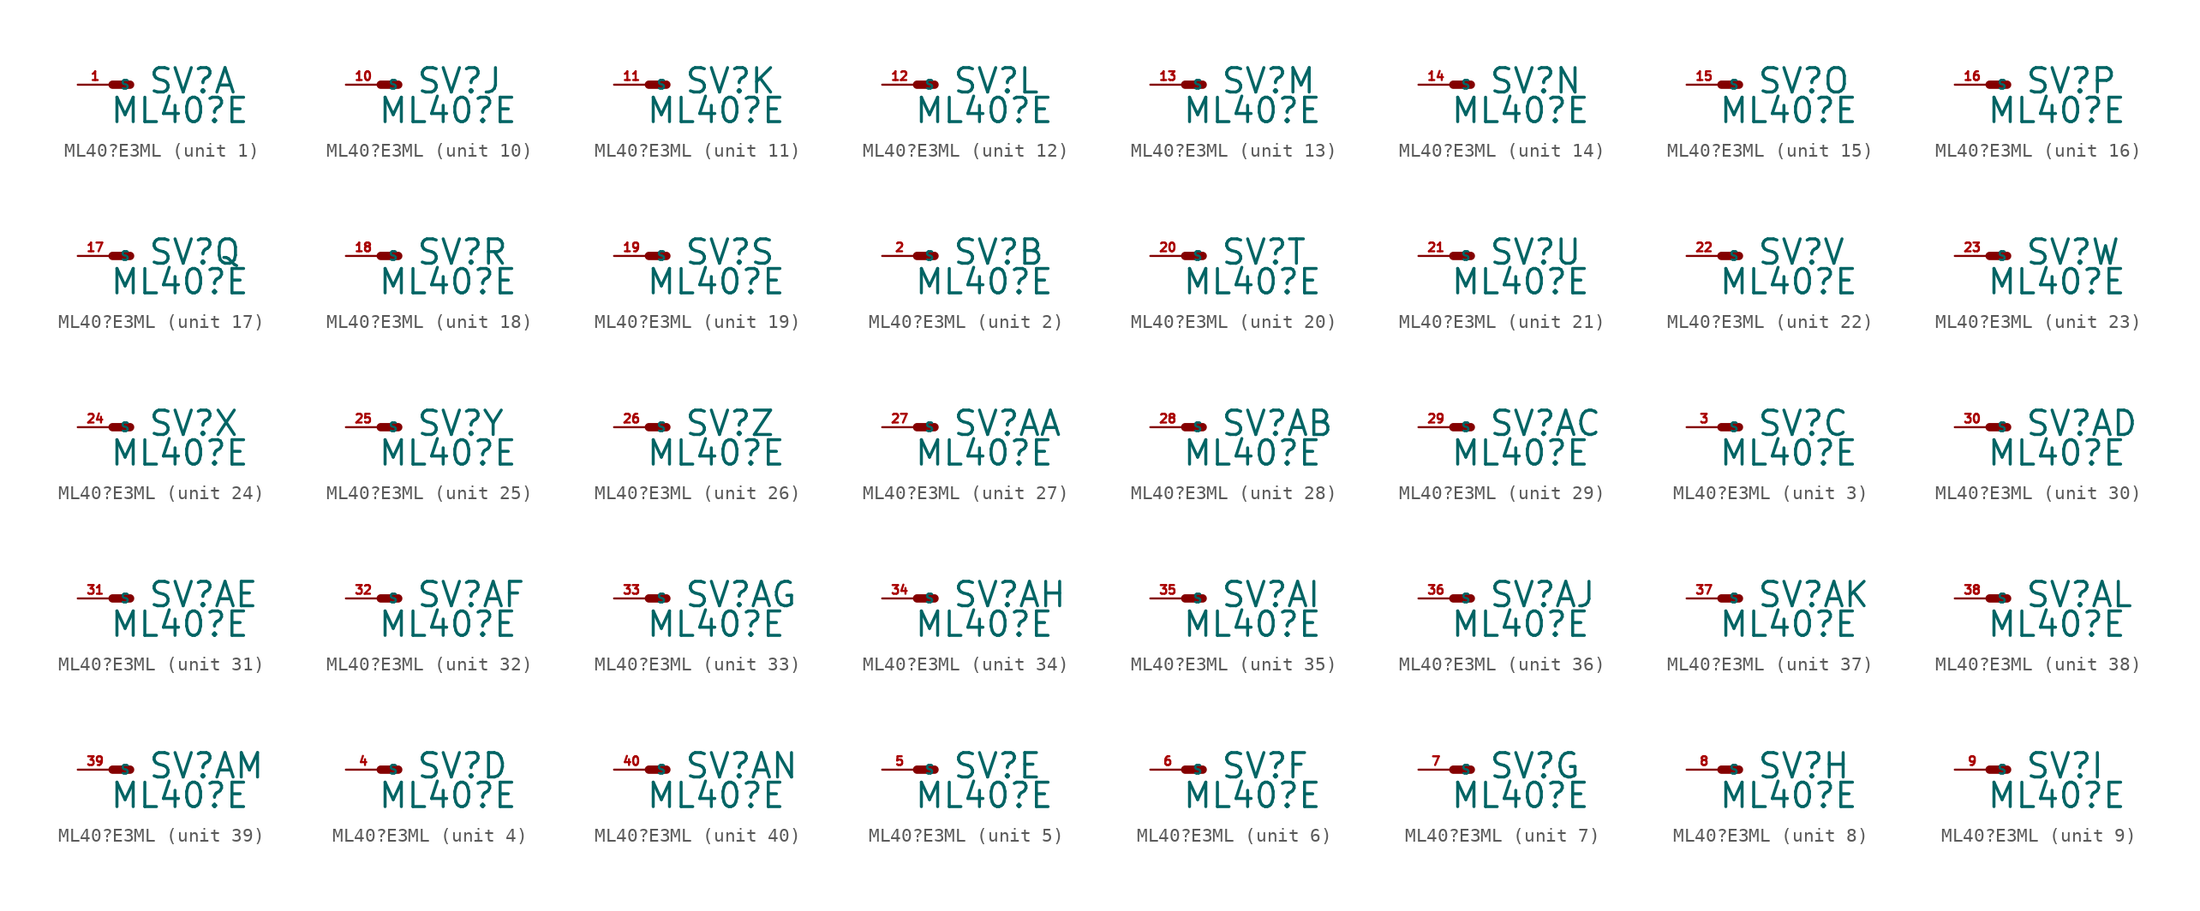
<source format=kicad_sym>
(kicad_symbol_lib
  (version 20220914)
  (generator Eagle2Kicad)
  (symbol "ML40?E3ML"
    (property "Reference" "SV"
      (at 2.54 -0.762 0)
      (effects (font (size 1.778 1.778) (thickness 0.22)) (justify left bottom)))
    (property "Value" "ML40?E"
      (at -0.254 -2.921 0)
      (effects (font (size 1.778 1.778) (thickness 0.22)) (justify left bottom)))
    (symbol "ML40?E3ML_1_0"
      (polyline (pts (xy 1.27 0) (xy 0 0)) (stroke (width 0.61) (type default)) (fill (type none)))
      (pin passive line (at -2.54 0 0) (length 2.54) (name "S" (effects (font (size 0.635 0.635) (thickness 0.08)) (justify left bottom))) (number "1" (effects (font (size 0.635 0.635) (thickness 0.08)) (justify left bottom)))))
    (symbol "ML40?E3ML_2_0"
      (polyline (pts (xy 1.27 0) (xy 0 0)) (stroke (width 0.61) (type default)) (fill (type none)))
      (pin passive line (at -2.54 0 0) (length 2.54) (name "S" (effects (font (size 0.635 0.635) (thickness 0.08)) (justify left bottom))) (number "2" (effects (font (size 0.635 0.635) (thickness 0.08)) (justify left bottom)))))
    (symbol "ML40?E3ML_3_0"
      (polyline (pts (xy 1.27 0) (xy 0 0)) (stroke (width 0.61) (type default)) (fill (type none)))
      (pin passive line (at -2.54 0 0) (length 2.54) (name "S" (effects (font (size 0.635 0.635) (thickness 0.08)) (justify left bottom))) (number "3" (effects (font (size 0.635 0.635) (thickness 0.08)) (justify left bottom)))))
    (symbol "ML40?E3ML_4_0"
      (polyline (pts (xy 1.27 0) (xy 0 0)) (stroke (width 0.61) (type default)) (fill (type none)))
      (pin passive line (at -2.54 0 0) (length 2.54) (name "S" (effects (font (size 0.635 0.635) (thickness 0.08)) (justify left bottom))) (number "4" (effects (font (size 0.635 0.635) (thickness 0.08)) (justify left bottom)))))
    (symbol "ML40?E3ML_5_0"
      (polyline (pts (xy 1.27 0) (xy 0 0)) (stroke (width 0.61) (type default)) (fill (type none)))
      (pin passive line (at -2.54 0 0) (length 2.54) (name "S" (effects (font (size 0.635 0.635) (thickness 0.08)) (justify left bottom))) (number "5" (effects (font (size 0.635 0.635) (thickness 0.08)) (justify left bottom)))))
    (symbol "ML40?E3ML_6_0"
      (polyline (pts (xy 1.27 0) (xy 0 0)) (stroke (width 0.61) (type default)) (fill (type none)))
      (pin passive line (at -2.54 0 0) (length 2.54) (name "S" (effects (font (size 0.635 0.635) (thickness 0.08)) (justify left bottom))) (number "6" (effects (font (size 0.635 0.635) (thickness 0.08)) (justify left bottom)))))
    (symbol "ML40?E3ML_7_0"
      (polyline (pts (xy 1.27 0) (xy 0 0)) (stroke (width 0.61) (type default)) (fill (type none)))
      (pin passive line (at -2.54 0 0) (length 2.54) (name "S" (effects (font (size 0.635 0.635) (thickness 0.08)) (justify left bottom))) (number "7" (effects (font (size 0.635 0.635) (thickness 0.08)) (justify left bottom)))))
    (symbol "ML40?E3ML_8_0"
      (polyline (pts (xy 1.27 0) (xy 0 0)) (stroke (width 0.61) (type default)) (fill (type none)))
      (pin passive line (at -2.54 0 0) (length 2.54) (name "S" (effects (font (size 0.635 0.635) (thickness 0.08)) (justify left bottom))) (number "8" (effects (font (size 0.635 0.635) (thickness 0.08)) (justify left bottom)))))
    (symbol "ML40?E3ML_9_0"
      (polyline (pts (xy 1.27 0) (xy 0 0)) (stroke (width 0.61) (type default)) (fill (type none)))
      (pin passive line (at -2.54 0 0) (length 2.54) (name "S" (effects (font (size 0.635 0.635) (thickness 0.08)) (justify left bottom))) (number "9" (effects (font (size 0.635 0.635) (thickness 0.08)) (justify left bottom)))))
    (symbol "ML40?E3ML_10_0"
      (polyline (pts (xy 1.27 0) (xy 0 0)) (stroke (width 0.61) (type default)) (fill (type none)))
      (pin passive line (at -2.54 0 0) (length 2.54) (name "S" (effects (font (size 0.635 0.635) (thickness 0.08)) (justify left bottom))) (number "10" (effects (font (size 0.635 0.635) (thickness 0.08)) (justify left bottom)))))
    (symbol "ML40?E3ML_11_0"
      (polyline (pts (xy 1.27 0) (xy 0 0)) (stroke (width 0.61) (type default)) (fill (type none)))
      (pin passive line (at -2.54 0 0) (length 2.54) (name "S" (effects (font (size 0.635 0.635) (thickness 0.08)) (justify left bottom))) (number "11" (effects (font (size 0.635 0.635) (thickness 0.08)) (justify left bottom)))))
    (symbol "ML40?E3ML_12_0"
      (polyline (pts (xy 1.27 0) (xy 0 0)) (stroke (width 0.61) (type default)) (fill (type none)))
      (pin passive line (at -2.54 0 0) (length 2.54) (name "S" (effects (font (size 0.635 0.635) (thickness 0.08)) (justify left bottom))) (number "12" (effects (font (size 0.635 0.635) (thickness 0.08)) (justify left bottom)))))
    (symbol "ML40?E3ML_13_0"
      (polyline (pts (xy 1.27 0) (xy 0 0)) (stroke (width 0.61) (type default)) (fill (type none)))
      (pin passive line (at -2.54 0 0) (length 2.54) (name "S" (effects (font (size 0.635 0.635) (thickness 0.08)) (justify left bottom))) (number "13" (effects (font (size 0.635 0.635) (thickness 0.08)) (justify left bottom)))))
    (symbol "ML40?E3ML_14_0"
      (polyline (pts (xy 1.27 0) (xy 0 0)) (stroke (width 0.61) (type default)) (fill (type none)))
      (pin passive line (at -2.54 0 0) (length 2.54) (name "S" (effects (font (size 0.635 0.635) (thickness 0.08)) (justify left bottom))) (number "14" (effects (font (size 0.635 0.635) (thickness 0.08)) (justify left bottom)))))
    (symbol "ML40?E3ML_15_0"
      (polyline (pts (xy 1.27 0) (xy 0 0)) (stroke (width 0.61) (type default)) (fill (type none)))
      (pin passive line (at -2.54 0 0) (length 2.54) (name "S" (effects (font (size 0.635 0.635) (thickness 0.08)) (justify left bottom))) (number "15" (effects (font (size 0.635 0.635) (thickness 0.08)) (justify left bottom)))))
    (symbol "ML40?E3ML_16_0"
      (polyline (pts (xy 1.27 0) (xy 0 0)) (stroke (width 0.61) (type default)) (fill (type none)))
      (pin passive line (at -2.54 0 0) (length 2.54) (name "S" (effects (font (size 0.635 0.635) (thickness 0.08)) (justify left bottom))) (number "16" (effects (font (size 0.635 0.635) (thickness 0.08)) (justify left bottom)))))
    (symbol "ML40?E3ML_17_0"
      (polyline (pts (xy 1.27 0) (xy 0 0)) (stroke (width 0.61) (type default)) (fill (type none)))
      (pin passive line (at -2.54 0 0) (length 2.54) (name "S" (effects (font (size 0.635 0.635) (thickness 0.08)) (justify left bottom))) (number "17" (effects (font (size 0.635 0.635) (thickness 0.08)) (justify left bottom)))))
    (symbol "ML40?E3ML_18_0"
      (polyline (pts (xy 1.27 0) (xy 0 0)) (stroke (width 0.61) (type default)) (fill (type none)))
      (pin passive line (at -2.54 0 0) (length 2.54) (name "S" (effects (font (size 0.635 0.635) (thickness 0.08)) (justify left bottom))) (number "18" (effects (font (size 0.635 0.635) (thickness 0.08)) (justify left bottom)))))
    (symbol "ML40?E3ML_19_0"
      (polyline (pts (xy 1.27 0) (xy 0 0)) (stroke (width 0.61) (type default)) (fill (type none)))
      (pin passive line (at -2.54 0 0) (length 2.54) (name "S" (effects (font (size 0.635 0.635) (thickness 0.08)) (justify left bottom))) (number "19" (effects (font (size 0.635 0.635) (thickness 0.08)) (justify left bottom)))))
    (symbol "ML40?E3ML_20_0"
      (polyline (pts (xy 1.27 0) (xy 0 0)) (stroke (width 0.61) (type default)) (fill (type none)))
      (pin passive line (at -2.54 0 0) (length 2.54) (name "S" (effects (font (size 0.635 0.635) (thickness 0.08)) (justify left bottom))) (number "20" (effects (font (size 0.635 0.635) (thickness 0.08)) (justify left bottom)))))
    (symbol "ML40?E3ML_21_0"
      (polyline (pts (xy 1.27 0) (xy 0 0)) (stroke (width 0.61) (type default)) (fill (type none)))
      (pin passive line (at -2.54 0 0) (length 2.54) (name "S" (effects (font (size 0.635 0.635) (thickness 0.08)) (justify left bottom))) (number "21" (effects (font (size 0.635 0.635) (thickness 0.08)) (justify left bottom)))))
    (symbol "ML40?E3ML_22_0"
      (polyline (pts (xy 1.27 0) (xy 0 0)) (stroke (width 0.61) (type default)) (fill (type none)))
      (pin passive line (at -2.54 0 0) (length 2.54) (name "S" (effects (font (size 0.635 0.635) (thickness 0.08)) (justify left bottom))) (number "22" (effects (font (size 0.635 0.635) (thickness 0.08)) (justify left bottom)))))
    (symbol "ML40?E3ML_23_0"
      (polyline (pts (xy 1.27 0) (xy 0 0)) (stroke (width 0.61) (type default)) (fill (type none)))
      (pin passive line (at -2.54 0 0) (length 2.54) (name "S" (effects (font (size 0.635 0.635) (thickness 0.08)) (justify left bottom))) (number "23" (effects (font (size 0.635 0.635) (thickness 0.08)) (justify left bottom)))))
    (symbol "ML40?E3ML_24_0"
      (polyline (pts (xy 1.27 0) (xy 0 0)) (stroke (width 0.61) (type default)) (fill (type none)))
      (pin passive line (at -2.54 0 0) (length 2.54) (name "S" (effects (font (size 0.635 0.635) (thickness 0.08)) (justify left bottom))) (number "24" (effects (font (size 0.635 0.635) (thickness 0.08)) (justify left bottom)))))
    (symbol "ML40?E3ML_25_0"
      (polyline (pts (xy 1.27 0) (xy 0 0)) (stroke (width 0.61) (type default)) (fill (type none)))
      (pin passive line (at -2.54 0 0) (length 2.54) (name "S" (effects (font (size 0.635 0.635) (thickness 0.08)) (justify left bottom))) (number "25" (effects (font (size 0.635 0.635) (thickness 0.08)) (justify left bottom)))))
    (symbol "ML40?E3ML_26_0"
      (polyline (pts (xy 1.27 0) (xy 0 0)) (stroke (width 0.61) (type default)) (fill (type none)))
      (pin passive line (at -2.54 0 0) (length 2.54) (name "S" (effects (font (size 0.635 0.635) (thickness 0.08)) (justify left bottom))) (number "26" (effects (font (size 0.635 0.635) (thickness 0.08)) (justify left bottom)))))
    (symbol "ML40?E3ML_27_0"
      (polyline (pts (xy 1.27 0) (xy 0 0)) (stroke (width 0.61) (type default)) (fill (type none)))
      (pin passive line (at -2.54 0 0) (length 2.54) (name "S" (effects (font (size 0.635 0.635) (thickness 0.08)) (justify left bottom))) (number "27" (effects (font (size 0.635 0.635) (thickness 0.08)) (justify left bottom)))))
    (symbol "ML40?E3ML_28_0"
      (polyline (pts (xy 1.27 0) (xy 0 0)) (stroke (width 0.61) (type default)) (fill (type none)))
      (pin passive line (at -2.54 0 0) (length 2.54) (name "S" (effects (font (size 0.635 0.635) (thickness 0.08)) (justify left bottom))) (number "28" (effects (font (size 0.635 0.635) (thickness 0.08)) (justify left bottom)))))
    (symbol "ML40?E3ML_29_0"
      (polyline (pts (xy 1.27 0) (xy 0 0)) (stroke (width 0.61) (type default)) (fill (type none)))
      (pin passive line (at -2.54 0 0) (length 2.54) (name "S" (effects (font (size 0.635 0.635) (thickness 0.08)) (justify left bottom))) (number "29" (effects (font (size 0.635 0.635) (thickness 0.08)) (justify left bottom)))))
    (symbol "ML40?E3ML_30_0"
      (polyline (pts (xy 1.27 0) (xy 0 0)) (stroke (width 0.61) (type default)) (fill (type none)))
      (pin passive line (at -2.54 0 0) (length 2.54) (name "S" (effects (font (size 0.635 0.635) (thickness 0.08)) (justify left bottom))) (number "30" (effects (font (size 0.635 0.635) (thickness 0.08)) (justify left bottom)))))
    (symbol "ML40?E3ML_31_0"
      (polyline (pts (xy 1.27 0) (xy 0 0)) (stroke (width 0.61) (type default)) (fill (type none)))
      (pin passive line (at -2.54 0 0) (length 2.54) (name "S" (effects (font (size 0.635 0.635) (thickness 0.08)) (justify left bottom))) (number "31" (effects (font (size 0.635 0.635) (thickness 0.08)) (justify left bottom)))))
    (symbol "ML40?E3ML_32_0"
      (polyline (pts (xy 1.27 0) (xy 0 0)) (stroke (width 0.61) (type default)) (fill (type none)))
      (pin passive line (at -2.54 0 0) (length 2.54) (name "S" (effects (font (size 0.635 0.635) (thickness 0.08)) (justify left bottom))) (number "32" (effects (font (size 0.635 0.635) (thickness 0.08)) (justify left bottom)))))
    (symbol "ML40?E3ML_33_0"
      (polyline (pts (xy 1.27 0) (xy 0 0)) (stroke (width 0.61) (type default)) (fill (type none)))
      (pin passive line (at -2.54 0 0) (length 2.54) (name "S" (effects (font (size 0.635 0.635) (thickness 0.08)) (justify left bottom))) (number "33" (effects (font (size 0.635 0.635) (thickness 0.08)) (justify left bottom)))))
    (symbol "ML40?E3ML_34_0"
      (polyline (pts (xy 1.27 0) (xy 0 0)) (stroke (width 0.61) (type default)) (fill (type none)))
      (pin passive line (at -2.54 0 0) (length 2.54) (name "S" (effects (font (size 0.635 0.635) (thickness 0.08)) (justify left bottom))) (number "34" (effects (font (size 0.635 0.635) (thickness 0.08)) (justify left bottom)))))
    (symbol "ML40?E3ML_35_0"
      (polyline (pts (xy 1.27 0) (xy 0 0)) (stroke (width 0.61) (type default)) (fill (type none)))
      (pin passive line (at -2.54 0 0) (length 2.54) (name "S" (effects (font (size 0.635 0.635) (thickness 0.08)) (justify left bottom))) (number "35" (effects (font (size 0.635 0.635) (thickness 0.08)) (justify left bottom)))))
    (symbol "ML40?E3ML_36_0"
      (polyline (pts (xy 1.27 0) (xy 0 0)) (stroke (width 0.61) (type default)) (fill (type none)))
      (pin passive line (at -2.54 0 0) (length 2.54) (name "S" (effects (font (size 0.635 0.635) (thickness 0.08)) (justify left bottom))) (number "36" (effects (font (size 0.635 0.635) (thickness 0.08)) (justify left bottom)))))
    (symbol "ML40?E3ML_37_0"
      (polyline (pts (xy 1.27 0) (xy 0 0)) (stroke (width 0.61) (type default)) (fill (type none)))
      (pin passive line (at -2.54 0 0) (length 2.54) (name "S" (effects (font (size 0.635 0.635) (thickness 0.08)) (justify left bottom))) (number "37" (effects (font (size 0.635 0.635) (thickness 0.08)) (justify left bottom)))))
    (symbol "ML40?E3ML_38_0"
      (polyline (pts (xy 1.27 0) (xy 0 0)) (stroke (width 0.61) (type default)) (fill (type none)))
      (pin passive line (at -2.54 0 0) (length 2.54) (name "S" (effects (font (size 0.635 0.635) (thickness 0.08)) (justify left bottom))) (number "38" (effects (font (size 0.635 0.635) (thickness 0.08)) (justify left bottom)))))
    (symbol "ML40?E3ML_39_0"
      (polyline (pts (xy 1.27 0) (xy 0 0)) (stroke (width 0.61) (type default)) (fill (type none)))
      (pin passive line (at -2.54 0 0) (length 2.54) (name "S" (effects (font (size 0.635 0.635) (thickness 0.08)) (justify left bottom))) (number "39" (effects (font (size 0.635 0.635) (thickness 0.08)) (justify left bottom)))))
    (symbol "ML40?E3ML_40_0"
      (polyline (pts (xy 1.27 0) (xy 0 0)) (stroke (width 0.61) (type default)) (fill (type none)))
      (pin passive line (at -2.54 0 0) (length 2.54) (name "S" (effects (font (size 0.635 0.635) (thickness 0.08)) (justify left bottom))) (number "40" (effects (font (size 0.635 0.635) (thickness 0.08)) (justify left bottom)))))))
</source>
